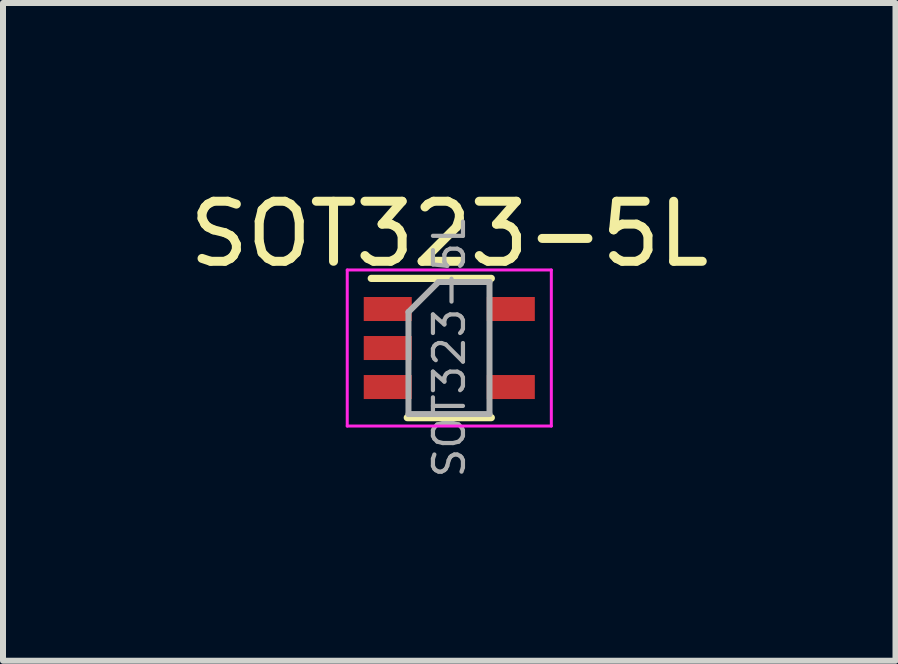
<source format=kicad_pcb>
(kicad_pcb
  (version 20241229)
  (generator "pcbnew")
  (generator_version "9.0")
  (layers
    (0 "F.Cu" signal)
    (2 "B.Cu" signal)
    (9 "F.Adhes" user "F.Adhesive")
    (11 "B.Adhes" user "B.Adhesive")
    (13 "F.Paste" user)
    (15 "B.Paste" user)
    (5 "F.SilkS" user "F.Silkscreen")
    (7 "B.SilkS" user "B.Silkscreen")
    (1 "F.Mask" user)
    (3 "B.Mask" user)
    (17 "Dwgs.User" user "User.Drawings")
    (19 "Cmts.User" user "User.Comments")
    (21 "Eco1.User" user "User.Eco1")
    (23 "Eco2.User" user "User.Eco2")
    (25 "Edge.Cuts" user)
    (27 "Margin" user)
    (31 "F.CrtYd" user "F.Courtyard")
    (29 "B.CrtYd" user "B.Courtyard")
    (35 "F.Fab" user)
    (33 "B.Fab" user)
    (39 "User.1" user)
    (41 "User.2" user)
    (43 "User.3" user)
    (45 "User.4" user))
  (footprint "SOT323-5L"
    (layer "F.Cu")
    (at 4.435 2.748)
    (property "Reference" "SOT323-5L" (at 0 -1.9 0) (unlocked yes) (layer "F.SilkS") (effects (font (size 1 1) (thickness 0.15))))
    (attr smd)
    (fp_line (start -0.7 1.16) (end 0.7 1.16) (stroke (width 0.12) (type solid)) (layer "F.SilkS"))
    (fp_line (start 0.7 -1.16) (end -1.3 -1.16) (stroke (width 0.12) (type solid)) (layer "F.SilkS"))
    (fp_line (start -1.7 -1.3) (end 1.7 -1.3) (stroke (width 0.05) (type solid)) (layer "F.CrtYd"))
    (fp_line (start -1.7 1.3) (end -1.7 -1.3) (stroke (width 0.05) (type solid)) (layer "F.CrtYd"))
    (fp_line (start 1.7 -1.3) (end 1.7 1.3) (stroke (width 0.05) (type solid)) (layer "F.CrtYd"))
    (fp_line (start 1.7 1.3) (end -1.7 1.3) (stroke (width 0.05) (type solid)) (layer "F.CrtYd"))
    (fp_line (start -0.68 -0.6) (end -0.68 1.1) (stroke (width 0.1) (type solid)) (layer "F.Fab"))
    (fp_line (start -0.18 -1.1) (end -0.68 -0.6) (stroke (width 0.1) (type solid)) (layer "F.Fab"))
    (fp_line (start 0.67 -1.1) (end -0.18 -1.1) (stroke (width 0.1) (type solid)) (layer "F.Fab"))
    (fp_line (start 0.67 -1.1) (end 0.67 1.1) (stroke (width 0.1) (type solid)) (layer "F.Fab"))
    (fp_line (start 0.67 1.1) (end -0.68 1.1) (stroke (width 0.1) (type solid)) (layer "F.Fab"))
    (fp_text user "${REFERENCE}" (at 0 0 90) (unlocked yes) (layer "F.Fab") (effects (font (size 0.5 0.5) (thickness 0.07))))
    (pad "1" smd rect (at -1.025 -0.65) (size 0.8 0.4) (layers "F.Cu" "F.Mask" "F.Paste"))
    (pad "2" smd rect (at -1.025 0) (size 0.8 0.4) (layers "F.Cu" "F.Mask" "F.Paste"))
    (pad "3" smd rect (at -1.025 0.65) (size 0.8 0.4) (layers "F.Cu" "F.Mask" "F.Paste"))
    (pad "4" smd rect (at 1.025 0.65) (size 0.8 0.4) (layers "F.Cu" "F.Mask" "F.Paste"))
    (pad "5" smd rect (at 1.025 -0.65) (size 0.8 0.4) (layers "F.Cu" "F.Mask" "F.Paste")))
  (gr_rect
    (start -3 -3)
    (end 11.869 7.958)
    (stroke (width 0.1) (type default))
    (fill no)
    (layer "Edge.Cuts")))
</source>
